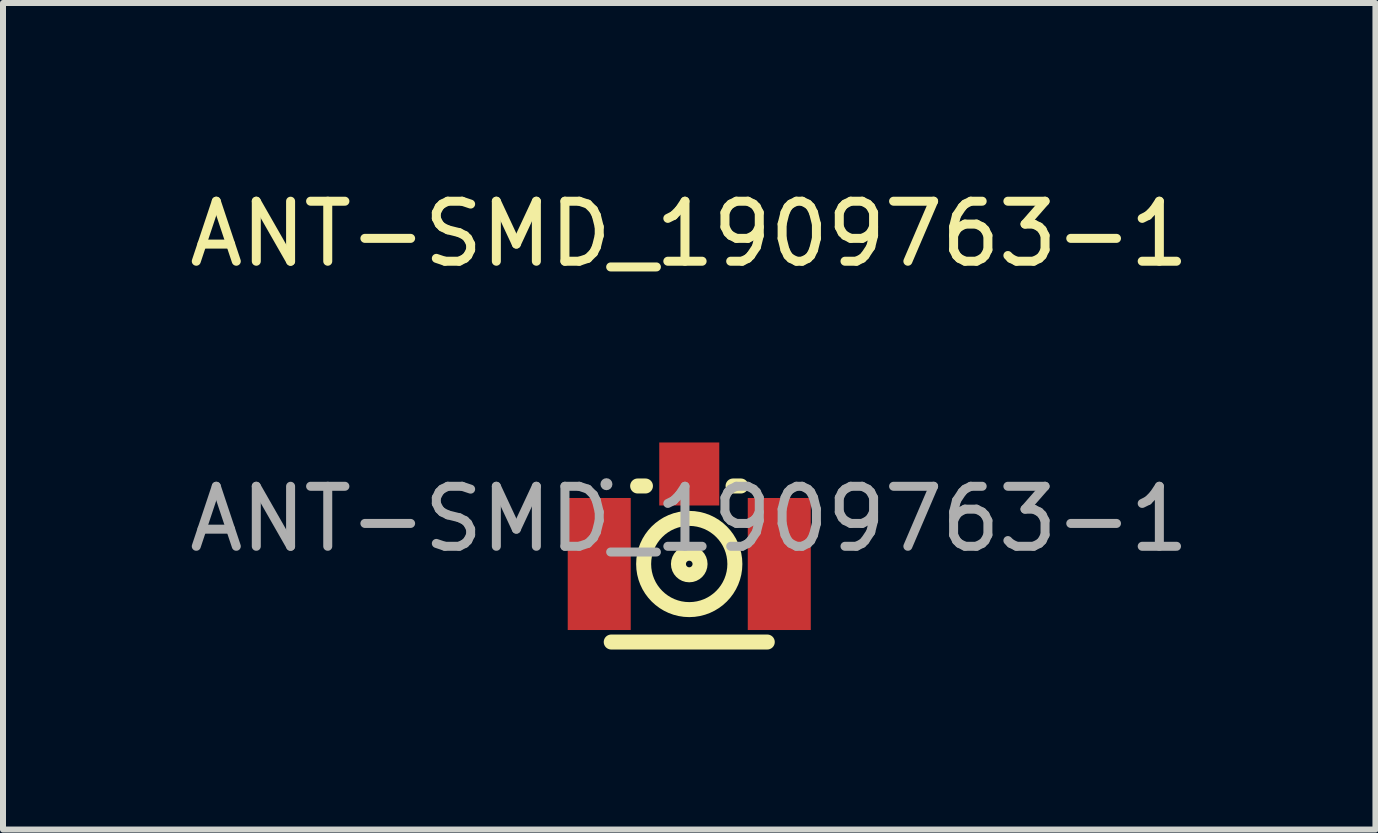
<source format=kicad_pcb>
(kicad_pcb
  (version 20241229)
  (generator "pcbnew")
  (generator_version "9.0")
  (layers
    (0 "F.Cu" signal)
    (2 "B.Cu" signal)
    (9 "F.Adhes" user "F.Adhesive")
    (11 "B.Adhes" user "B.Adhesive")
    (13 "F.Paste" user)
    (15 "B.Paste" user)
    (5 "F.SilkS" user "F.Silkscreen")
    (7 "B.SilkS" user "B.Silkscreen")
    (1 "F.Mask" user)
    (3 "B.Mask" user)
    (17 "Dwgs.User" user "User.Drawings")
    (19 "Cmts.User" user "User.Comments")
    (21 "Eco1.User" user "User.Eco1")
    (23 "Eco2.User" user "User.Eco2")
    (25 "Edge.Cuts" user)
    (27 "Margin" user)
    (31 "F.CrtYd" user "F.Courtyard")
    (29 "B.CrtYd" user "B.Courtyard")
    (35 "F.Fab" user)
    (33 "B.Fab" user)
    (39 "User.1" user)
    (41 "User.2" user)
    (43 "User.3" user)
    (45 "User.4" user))
  (footprint "ANT-SMD_1909763-1"
    (layer "F.Cu")
    (at 8.435 5.598)
    (property "Reference" "ANT-SMD_1909763-1" (at 0 -4.75 0) (layer "F.SilkS") (effects (font (size 1 1) (thickness 0.15))))
    (attr through_hole)
    (fp_line (start -0.73 -0.55) (end -0.86 -0.55) (stroke (width 0.25) (type solid)) (layer "F.SilkS"))
    (fp_line (start 0.86 -0.55) (end 0.73 -0.55) (stroke (width 0.25) (type solid)) (layer "F.SilkS"))
    (fp_line (start 1.3 2.05) (end -1.3 2.05) (stroke (width 0.25) (type solid)) (layer "F.SilkS"))
    (fp_circle (center 0 0.75) (end 0.18 0.75) (stroke (width 0.25) (type solid)) (fill no) (layer "F.SilkS"))
    (fp_circle (center 0 0.75) (end 0.76 0.75) (stroke (width 0.25) (type solid)) (fill no) (layer "F.SilkS"))
    (fp_circle (center -1.38 -0.58) (end -1.33 -0.58) (stroke (width 0.1) (type solid)) (fill no) (layer "F.Fab"))
    (fp_text user "${REFERENCE}" (at 0 0 0) (layer "F.Fab") (effects (font (size 1 1) (thickness 0.15))))
    (pad "1" smd rect (at 0 -0.75 180) (size 1 1.05) (layers "F.Cu" "F.Mask" "F.Paste"))
    (pad "2" smd rect (at -1.5 0.75 180) (size 1.05 2.2) (layers "F.Cu" "F.Mask" "F.Paste"))
    (pad "2" smd rect (at 1.5 0.75 180) (size 1.05 2.2) (layers "F.Cu" "F.Mask" "F.Paste")))
  (gr_rect
    (start -3 -3)
    (end 19.869 10.773)
    (stroke (width 0.1) (type default))
    (fill no)
    (layer "Edge.Cuts")))
</source>
